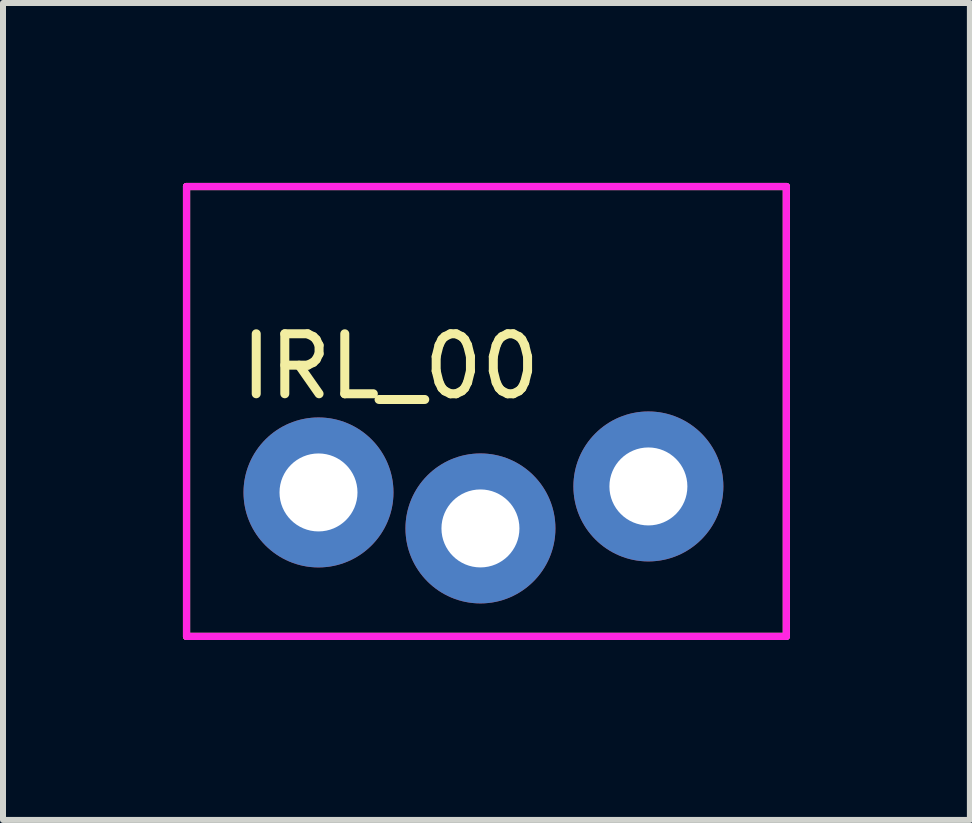
<source format=kicad_pcb>
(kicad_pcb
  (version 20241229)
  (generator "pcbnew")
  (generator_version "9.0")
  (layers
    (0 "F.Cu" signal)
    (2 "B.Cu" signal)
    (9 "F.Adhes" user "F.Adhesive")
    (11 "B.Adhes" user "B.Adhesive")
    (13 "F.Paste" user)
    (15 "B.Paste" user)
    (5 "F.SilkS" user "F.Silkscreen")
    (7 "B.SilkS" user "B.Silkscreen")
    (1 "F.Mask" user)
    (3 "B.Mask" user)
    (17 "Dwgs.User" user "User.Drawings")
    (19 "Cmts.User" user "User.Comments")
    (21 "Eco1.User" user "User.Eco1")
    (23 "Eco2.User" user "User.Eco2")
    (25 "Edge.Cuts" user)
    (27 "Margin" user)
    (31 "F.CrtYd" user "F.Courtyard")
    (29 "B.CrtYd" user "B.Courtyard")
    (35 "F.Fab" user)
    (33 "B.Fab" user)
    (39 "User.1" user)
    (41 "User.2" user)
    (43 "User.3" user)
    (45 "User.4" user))
  (footprint "IRL_00"
    (layer "F.Cu")
    (at 2.06 5.06)
    (property "Reference" "IRL_00" (at 1.4 -2 0) (layer "F.SilkS") (effects (font (size 1 1) (thickness 0.15))))
    (attr through_hole)
    (fp_line (start -2 -5) (end -2 2.5) (stroke (width 0.12) (type solid)) (layer "F.SilkS"))
    (fp_line (start -2 2.5) (end 8 2.5) (stroke (width 0.12) (type solid)) (layer "F.SilkS"))
    (fp_line (start 8 -5) (end -2 -5) (stroke (width 0.12) (type solid)) (layer "F.SilkS"))
    (fp_line (start 8 2.5) (end 8 -5) (stroke (width 0.12) (type solid)) (layer "F.SilkS"))
    (fp_line (start -2 -5) (end -2 2.5) (stroke (width 0.12) (type solid)) (layer "F.CrtYd"))
    (fp_line (start -2 2.5) (end 8 2.5) (stroke (width 0.12) (type solid)) (layer "F.CrtYd"))
    (fp_line (start 8 -5) (end -2 -5) (stroke (width 0.12) (type solid)) (layer "F.CrtYd"))
    (fp_line (start 8 2.5) (end 8 -5) (stroke (width 0.12) (type solid)) (layer "F.CrtYd"))
    (pad "1" thru_hole circle (at 0.2 0.1) (size 2.5 2.5) (drill 1.3) (layers "*.Cu" "*.Mask"))
    (pad "1" thru_hole circle (at 2.9 0.7) (size 2.5 2.5) (drill 1.3) (layers "*.Cu" "*.Mask"))
    (pad "1" thru_hole circle (at 5.7 0) (size 2.5 2.5) (drill 1.3) (layers "*.Cu" "*.Mask")))
  (gr_rect
    (start -3 -3)
    (end 13.12 10.62)
    (stroke (width 0.1) (type default))
    (fill no)
    (layer "Edge.Cuts")))
</source>
